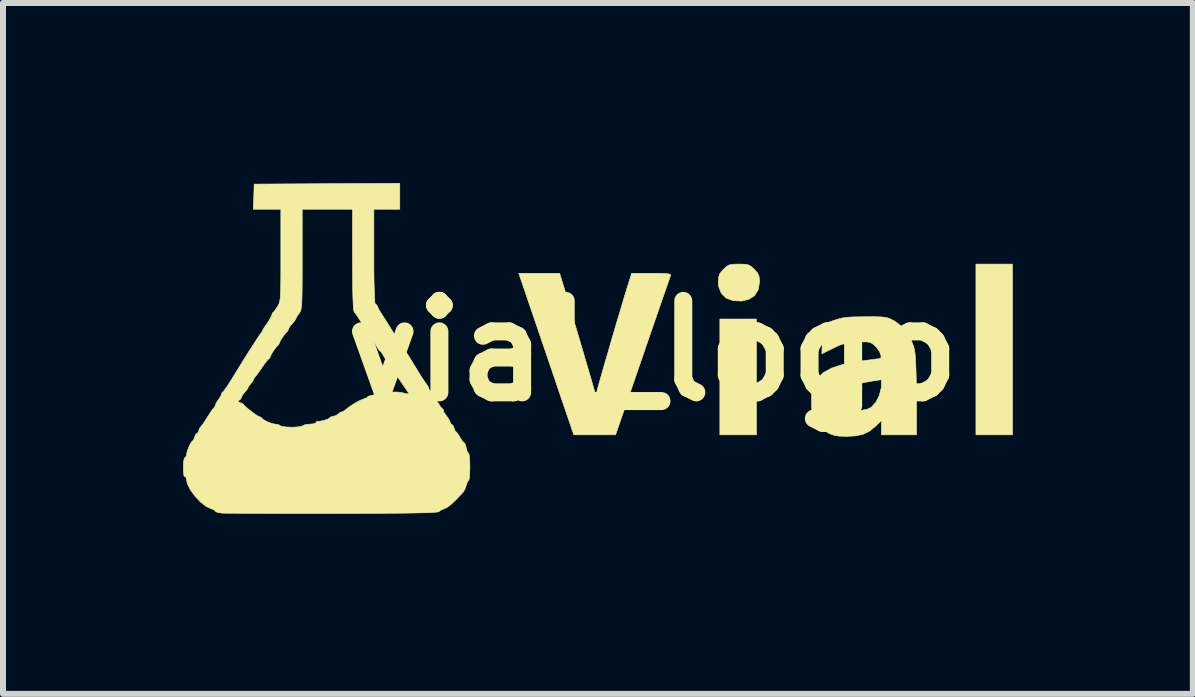
<source format=kicad_pcb>
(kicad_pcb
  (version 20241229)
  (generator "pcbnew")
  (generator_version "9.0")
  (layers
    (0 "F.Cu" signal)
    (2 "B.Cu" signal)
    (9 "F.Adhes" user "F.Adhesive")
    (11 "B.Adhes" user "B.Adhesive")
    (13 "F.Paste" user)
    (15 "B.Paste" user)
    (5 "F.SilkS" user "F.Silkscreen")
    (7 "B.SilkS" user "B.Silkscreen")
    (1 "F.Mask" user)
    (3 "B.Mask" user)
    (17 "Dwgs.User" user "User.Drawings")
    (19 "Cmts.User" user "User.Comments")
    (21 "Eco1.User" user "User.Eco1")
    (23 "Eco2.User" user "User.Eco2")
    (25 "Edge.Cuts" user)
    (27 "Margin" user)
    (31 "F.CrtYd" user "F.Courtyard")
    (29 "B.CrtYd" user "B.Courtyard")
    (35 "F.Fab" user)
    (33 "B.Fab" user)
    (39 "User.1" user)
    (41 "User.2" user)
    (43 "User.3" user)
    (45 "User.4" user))
  (footprint "vial_logo"
    (layer "F.Cu")
    (at 7.828 2.799)
    (property "Reference" "vial_logo" (at 0 0 0) (layer "F.SilkS") (effects (font (size 1.524 1.524) (thickness 0.3))))
    (attr through_hole)
    (fp_poly (pts (xy 1.727 1.397) (xy 1.118 1.397) (xy 1.118 -0.533) (xy 1.727 -0.533) (xy 1.727 1.397)) (stroke (width 0.01) (type solid)) (fill yes) (layer "F.SilkS"))
    (fp_poly (pts (xy 5.994 1.397) (xy 5.385 1.397) (xy 5.385 -1.448) (xy 5.994 -1.448) (xy 5.994 1.397)) (stroke (width 0.01) (type solid)) (fill yes) (layer "F.SilkS"))
    (fp_poly (pts (xy 1.529 -1.446) (xy 1.59 -1.436) (xy 1.636 -1.412) (xy 1.685 -1.368) (xy 1.692 -1.361) (xy 1.745 -1.301) (xy 1.771 -1.244) (xy 1.778 -1.166) (xy 1.778 -1.146) (xy 1.757 -1.021) (xy 1.697 -0.924) (xy 1.602 -0.861) (xy 1.477 -0.832) (xy 1.335 -0.84) (xy 1.222 -0.882) (xy 1.142 -0.961) (xy 1.099 -1.071) (xy 1.092 -1.146) (xy 1.097 -1.231) (xy 1.118 -1.29) (xy 1.165 -1.348) (xy 1.179 -1.361) (xy 1.229 -1.408) (xy 1.274 -1.434) (xy 1.332 -1.445) (xy 1.421 -1.448) (xy 1.435 -1.448) (xy 1.529 -1.446)) (stroke (width 0.01) (type solid)) (fill yes) (layer "F.SilkS"))
    (fp_poly (pts (xy -1.527 -1.213) (xy -1.507 -1.147) (xy -1.475 -1.043) (xy -1.434 -0.908) (xy -1.387 -0.749) (xy -1.334 -0.572) (xy -1.279 -0.384) (xy -1.222 -0.193) (xy -1.166 -0.004) (xy -1.114 0.175) (xy -1.066 0.338) (xy -1.025 0.477) (xy -0.994 0.586) (xy -0.973 0.658) (xy -0.967 0.683) (xy -0.952 0.732) (xy -0.944 0.733) (xy -0.942 0.719) (xy -0.935 0.686) (xy -0.915 0.61) (xy -0.884 0.499) (xy -0.844 0.358) (xy -0.797 0.194) (xy -0.744 0.014) (xy -0.689 -0.177) (xy -0.632 -0.372) (xy -0.575 -0.564) (xy -0.52 -0.747) (xy -0.47 -0.915) (xy -0.425 -1.062) (xy -0.388 -1.18) (xy -0.378 -1.213) (xy -0.352 -1.295) (xy -0.021 -1.295) (xy 0.12 -1.294) (xy 0.216 -1.29) (xy 0.273 -1.283) (xy 0.297 -1.273) (xy 0.298 -1.264) (xy 0.288 -1.234) (xy 0.263 -1.161) (xy 0.224 -1.049) (xy 0.173 -0.903) (xy 0.112 -0.726) (xy 0.042 -0.524) (xy -0.035 -0.301) (xy -0.118 -0.061) (xy -0.167 0.083) (xy -0.62 1.397) (xy -1.316 1.397) (xy -1.392 1.175) (xy -1.416 1.104) (xy -1.454 0.992) (xy -1.505 0.844) (xy -1.566 0.666) (xy -1.634 0.463) (xy -1.709 0.243) (xy -1.788 0.011) (xy -1.85 -0.171) (xy -2.233 -1.295) (xy -1.553 -1.295) (xy -1.527 -1.213)) (stroke (width 0.01) (type solid)) (fill yes) (layer "F.SilkS"))
    (fp_poly (pts (xy 3.685 -0.571) (xy 3.786 -0.569) (xy 3.859 -0.563) (xy 3.914 -0.552) (xy 3.963 -0.533) (xy 4.015 -0.506) (xy 4.039 -0.493) (xy 4.177 -0.387) (xy 4.281 -0.244) (xy 4.35 -0.067) (xy 4.366 0.01) (xy 4.374 0.081) (xy 4.381 0.194) (xy 4.387 0.338) (xy 4.391 0.504) (xy 4.394 0.684) (xy 4.394 0.783) (xy 4.394 1.397) (xy 3.81 1.397) (xy 3.81 1.158) (xy 3.715 1.251) (xy 3.613 1.335) (xy 3.504 1.388) (xy 3.375 1.415) (xy 3.231 1.422) (xy 3.112 1.419) (xy 3.025 1.406) (xy 2.951 1.379) (xy 2.919 1.363) (xy 2.834 1.304) (xy 2.754 1.226) (xy 2.731 1.197) (xy 2.689 1.129) (xy 2.664 1.061) (xy 2.651 0.976) (xy 2.646 0.902) (xy 2.647 0.802) (xy 3.21 0.802) (xy 3.236 0.884) (xy 3.279 0.949) (xy 3.299 0.965) (xy 3.378 0.988) (xy 3.478 0.989) (xy 3.576 0.97) (xy 3.645 0.935) (xy 3.719 0.851) (xy 3.776 0.738) (xy 3.807 0.616) (xy 3.809 0.576) (xy 3.81 0.478) (xy 3.702 0.494) (xy 3.534 0.523) (xy 3.409 0.552) (xy 3.321 0.586) (xy 3.262 0.627) (xy 3.226 0.679) (xy 3.211 0.725) (xy 3.21 0.802) (xy 2.647 0.802) (xy 2.649 0.725) (xy 2.68 0.578) (xy 2.743 0.458) (xy 2.842 0.361) (xy 2.979 0.285) (xy 3.158 0.226) (xy 3.383 0.181) (xy 3.423 0.175) (xy 3.548 0.157) (xy 3.656 0.143) (xy 3.736 0.132) (xy 3.779 0.128) (xy 3.781 0.128) (xy 3.805 0.109) (xy 3.801 0.064) (xy 3.774 0.003) (xy 3.729 -0.059) (xy 3.704 -0.085) (xy 3.663 -0.121) (xy 3.626 -0.141) (xy 3.577 -0.151) (xy 3.505 -0.152) (xy 3.405 -0.148) (xy 3.284 -0.139) (xy 3.191 -0.123) (xy 3.104 -0.093) (xy 3.002 -0.045) (xy 2.818 0.046) (xy 2.832 -0.445) (xy 3.01 -0.507) (xy 3.09 -0.533) (xy 3.164 -0.551) (xy 3.245 -0.562) (xy 3.346 -0.568) (xy 3.48 -0.57) (xy 3.543 -0.571) (xy 3.685 -0.571)) (stroke (width 0.01) (type solid)) (fill yes) (layer "F.SilkS"))
    (fp_poly (pts (xy -4.216 -2.362) (xy -4.648 -2.362) (xy -4.648 -1.575) (xy -4.648 -1.377) (xy -4.646 -1.199) (xy -4.642 -1.045) (xy -4.638 -0.922) (xy -4.634 -0.836) (xy -4.628 -0.792) (xy -4.626 -0.787) (xy -4.6 -0.767) (xy -4.588 -0.743) (xy -4.563 -0.69) (xy -4.528 -0.631) (xy -4.492 -0.576) (xy -4.44 -0.495) (xy -4.384 -0.405) (xy -4.383 -0.403) (xy -4.333 -0.323) (xy -4.293 -0.262) (xy -4.27 -0.23) (xy -4.269 -0.229) (xy -4.241 -0.193) (xy -4.205 -0.136) (xy -4.175 -0.079) (xy -4.174 -0.076) (xy -4.15 -0.035) (xy -4.14 -0.025) (xy -4.122 0.00017) (xy -4.083 0.06) (xy -4.029 0.146) (xy -3.967 0.249) (xy -3.966 0.25) (xy -3.901 0.356) (xy -3.843 0.449) (xy -3.797 0.517) (xy -3.771 0.551) (xy -3.74 0.598) (xy -3.734 0.624) (xy -3.72 0.657) (xy -3.709 0.66) (xy -3.685 0.682) (xy -3.668 0.724) (xy -3.65 0.771) (xy -3.635 0.787) (xy -3.614 0.808) (xy -3.581 0.858) (xy -3.57 0.876) (xy -3.535 0.933) (xy -3.505 0.963) (xy -3.5 0.965) (xy -3.487 0.98) (xy -3.49 0.986) (xy -3.483 1.016) (xy -3.45 1.066) (xy -3.44 1.079) (xy -3.399 1.135) (xy -3.379 1.18) (xy -3.378 1.185) (xy -3.363 1.216) (xy -3.353 1.219) (xy -3.329 1.241) (xy -3.312 1.283) (xy -3.295 1.33) (xy -3.28 1.346) (xy -3.258 1.366) (xy -3.225 1.417) (xy -3.215 1.435) (xy -3.18 1.491) (xy -3.152 1.522) (xy -3.147 1.524) (xy -3.129 1.546) (xy -3.112 1.601) (xy -3.11 1.613) (xy -3.093 1.672) (xy -3.074 1.701) (xy -3.071 1.702) (xy -3.061 1.725) (xy -3.053 1.788) (xy -3.049 1.879) (xy -3.048 1.93) (xy -3.05 2.031) (xy -3.056 2.109) (xy -3.065 2.153) (xy -3.07 2.159) (xy -3.09 2.181) (xy -3.107 2.234) (xy -3.108 2.237) (xy -3.132 2.307) (xy -3.163 2.357) (xy -3.275 2.474) (xy -3.36 2.555) (xy -3.425 2.605) (xy -3.474 2.628) (xy -3.476 2.629) (xy -3.533 2.652) (xy -3.561 2.675) (xy -3.578 2.682) (xy -3.624 2.687) (xy -3.7 2.692) (xy -3.809 2.696) (xy -3.954 2.699) (xy -4.137 2.702) (xy -4.36 2.704) (xy -4.627 2.706) (xy -4.939 2.707) (xy -5.299 2.708) (xy -5.339 2.708) (xy -5.636 2.708) (xy -5.92 2.708) (xy -6.187 2.708) (xy -6.432 2.707) (xy -6.65 2.706) (xy -6.838 2.705) (xy -6.991 2.704) (xy -7.105 2.703) (xy -7.175 2.701) (xy -7.195 2.7) (xy -7.256 2.688) (xy -7.288 2.672) (xy -7.29 2.668) (xy -7.311 2.647) (xy -7.355 2.631) (xy -7.444 2.589) (xy -7.539 2.515) (xy -7.629 2.419) (xy -7.705 2.314) (xy -7.756 2.213) (xy -7.772 2.133) (xy -7.782 2.097) (xy -7.798 2.095) (xy -7.812 2.082) (xy -7.821 2.022) (xy -7.823 1.945) (xy -7.82 1.858) (xy -7.81 1.798) (xy -7.798 1.778) (xy -7.776 1.757) (xy -7.772 1.736) (xy -7.763 1.688) (xy -7.74 1.623) (xy -7.711 1.558) (xy -7.684 1.511) (xy -7.669 1.499) (xy -7.65 1.477) (xy -7.635 1.435) (xy -7.615 1.388) (xy -7.594 1.372) (xy -7.572 1.351) (xy -7.569 1.335) (xy -7.552 1.288) (xy -7.533 1.263) (xy -7.501 1.223) (xy -7.455 1.155) (xy -7.414 1.09) (xy -7.367 1.017) (xy -7.329 0.964) (xy -7.31 0.944) (xy -7.291 0.915) (xy -7.29 0.903) (xy -7.274 0.863) (xy -7.257 0.838) (xy -6.909 0.838) (xy -6.888 0.861) (xy -6.873 0.864) (xy -6.835 0.875) (xy -6.828 0.883) (xy -6.803 0.913) (xy -6.75 0.959) (xy -6.685 1.011) (xy -6.622 1.057) (xy -6.574 1.087) (xy -6.559 1.092) (xy -6.526 1.107) (xy -6.524 1.111) (xy -6.49 1.143) (xy -6.427 1.178) (xy -6.355 1.206) (xy -6.294 1.219) (xy -6.29 1.219) (xy -6.236 1.228) (xy -6.21 1.245) (xy -6.179 1.257) (xy -6.111 1.266) (xy -6.022 1.27) (xy -6.02 1.27) (xy -5.93 1.267) (xy -5.862 1.258) (xy -5.829 1.245) (xy -5.829 1.245) (xy -5.796 1.228) (xy -5.733 1.22) (xy -5.714 1.219) (xy -5.65 1.213) (xy -5.616 1.199) (xy -5.613 1.194) (xy -5.599 1.172) (xy -5.594 1.173) (xy -5.551 1.172) (xy -5.489 1.159) (xy -5.429 1.141) (xy -5.39 1.122) (xy -5.385 1.115) (xy -5.364 1.096) (xy -5.336 1.092) (xy -5.278 1.075) (xy -5.249 1.054) (xy -5.207 1.023) (xy -5.185 1.016) (xy -5.147 1) (xy -5.126 0.984) (xy -5.063 0.934) (xy -4.979 0.879) (xy -4.893 0.831) (xy -4.825 0.801) (xy -4.815 0.798) (xy -4.767 0.78) (xy -4.75 0.763) (xy -4.727 0.75) (xy -4.665 0.735) (xy -4.576 0.718) (xy -4.54 0.713) (xy -4.423 0.696) (xy -4.343 0.686) (xy -4.285 0.683) (xy -4.236 0.686) (xy -4.182 0.695) (xy -4.155 0.7) (xy -4.056 0.719) (xy -4.193 0.518) (xy -4.254 0.43) (xy -4.305 0.359) (xy -4.338 0.315) (xy -4.346 0.305) (xy -4.365 0.273) (xy -4.38 0.235) (xy -4.4 0.191) (xy -4.416 0.178) (xy -4.438 0.158) (xy -4.471 0.107) (xy -4.481 0.089) (xy -4.515 0.033) (xy -4.54 0.002) (xy -4.545 0) (xy -4.565 -0.02) (xy -4.599 -0.072) (xy -4.623 -0.114) (xy -4.662 -0.179) (xy -4.693 -0.221) (xy -4.705 -0.229) (xy -4.724 -0.248) (xy -4.724 -0.252) (xy -4.737 -0.281) (xy -4.771 -0.341) (xy -4.818 -0.418) (xy -4.871 -0.501) (xy -4.921 -0.577) (xy -4.962 -0.635) (xy -4.977 -0.653) (xy -4.985 -0.689) (xy -4.992 -0.775) (xy -4.998 -0.911) (xy -5.001 -1.096) (xy -5.003 -1.33) (xy -5.004 -1.523) (xy -5.004 -2.362) (xy -5.842 -2.362) (xy -5.842 -1.527) (xy -5.842 -1.299) (xy -5.843 -1.116) (xy -5.844 -0.972) (xy -5.847 -0.863) (xy -5.85 -0.782) (xy -5.856 -0.725) (xy -5.864 -0.685) (xy -5.874 -0.658) (xy -5.886 -0.637) (xy -5.893 -0.628) (xy -5.928 -0.579) (xy -5.944 -0.548) (xy -5.944 -0.547) (xy -5.955 -0.521) (xy -5.994 -0.471) (xy -6.039 -0.42) (xy -6.066 -0.378) (xy -6.071 -0.36) (xy -6.086 -0.328) (xy -6.09 -0.326) (xy -6.118 -0.299) (xy -6.158 -0.246) (xy -6.197 -0.187) (xy -6.22 -0.141) (xy -6.223 -0.13) (xy -6.239 -0.099) (xy -6.242 -0.097) (xy -6.271 -0.07) (xy -6.312 -0.016) (xy -6.35 0.043) (xy -6.373 0.09) (xy -6.375 0.101) (xy -6.39 0.126) (xy -6.394 0.127) (xy -6.417 0.147) (xy -6.458 0.198) (xy -6.502 0.26) (xy -6.554 0.336) (xy -6.599 0.398) (xy -6.623 0.427) (xy -6.65 0.465) (xy -6.655 0.48) (xy -6.67 0.51) (xy -6.707 0.554) (xy -6.738 0.593) (xy -6.744 0.61) (xy -6.744 0.61) (xy -6.749 0.626) (xy -6.781 0.666) (xy -6.793 0.679) (xy -6.836 0.733) (xy -6.857 0.776) (xy -6.858 0.781) (xy -6.874 0.81) (xy -6.883 0.813) (xy -6.908 0.832) (xy -6.909 0.838) (xy -7.257 0.838) (xy -7.239 0.813) (xy -7.203 0.76) (xy -7.188 0.72) (xy -7.176 0.689) (xy -7.168 0.686) (xy -7.148 0.665) (xy -7.108 0.61) (xy -7.055 0.53) (xy -7.013 0.464) (xy -6.93 0.328) (xy -6.844 0.189) (xy -6.76 0.054) (xy -6.681 -0.069) (xy -6.614 -0.173) (xy -6.563 -0.251) (xy -6.533 -0.294) (xy -6.529 -0.297) (xy -6.505 -0.332) (xy -6.502 -0.342) (xy -6.489 -0.369) (xy -6.454 -0.422) (xy -6.426 -0.461) (xy -6.382 -0.528) (xy -6.355 -0.581) (xy -6.35 -0.599) (xy -6.337 -0.634) (xy -6.33 -0.639) (xy -6.305 -0.665) (xy -6.268 -0.718) (xy -6.254 -0.74) (xy -6.238 -0.767) (xy -6.225 -0.796) (xy -6.216 -0.833) (xy -6.208 -0.883) (xy -6.204 -0.952) (xy -6.2 -1.046) (xy -6.199 -1.172) (xy -6.198 -1.336) (xy -6.198 -1.542) (xy -6.198 -1.597) (xy -6.198 -2.362) (xy -6.657 -2.362) (xy -6.649 -2.572) (xy -6.642 -2.781) (xy -5.429 -2.788) (xy -4.216 -2.794) (xy -4.216 -2.362)) (stroke (width 0.01) (type solid)) (fill yes) (layer "F.SilkS")))
  (gr_rect
    (start -3 -3)
    (end 16.828 8.513)
    (stroke (width 0.1) (type default))
    (fill no)
    (layer "Edge.Cuts")))
</source>
